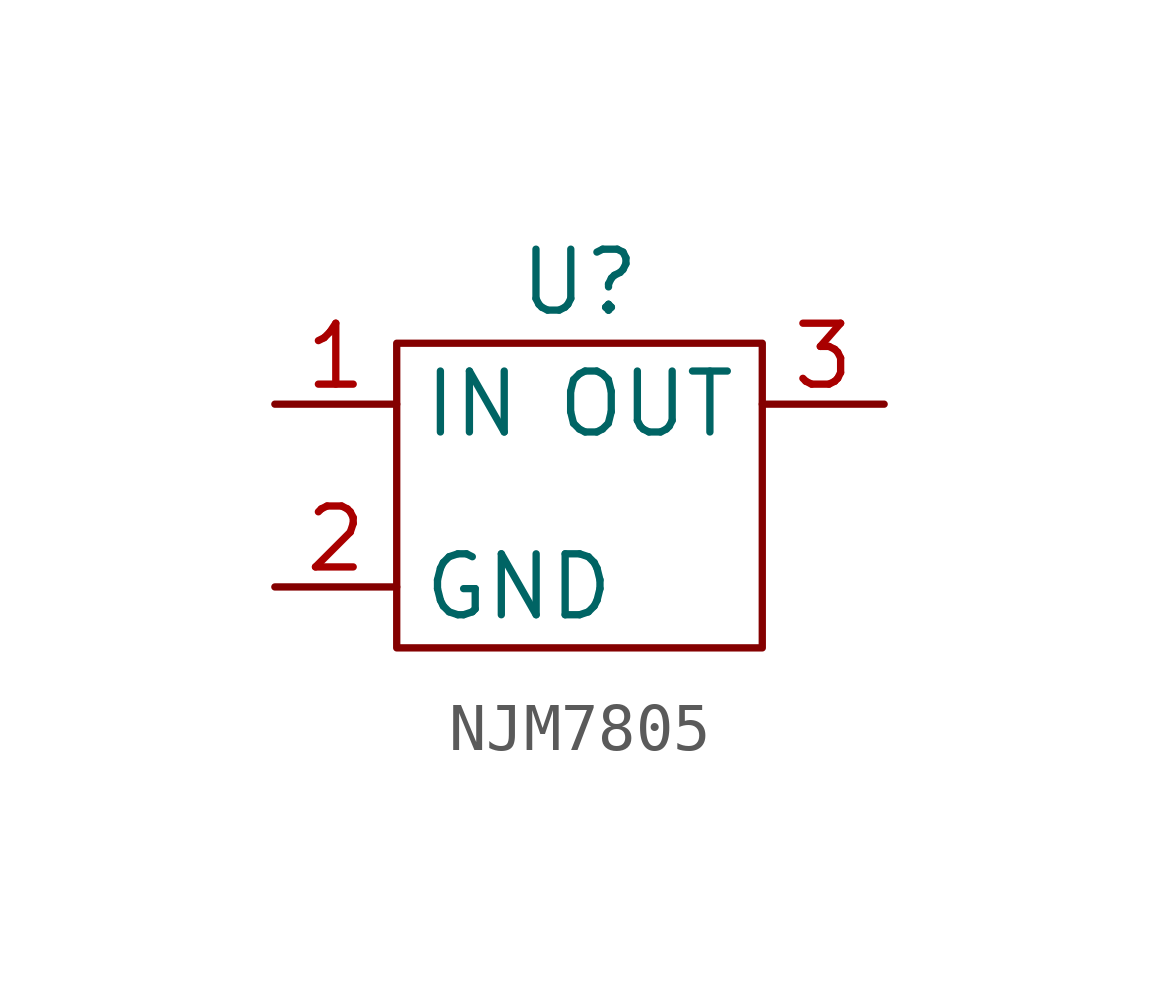
<source format=kicad_sym>
(kicad_symbol_lib
  (version 20220914)
  (generator kicad_symbol_editor)
  (symbol "NJM7805"
    (property "Reference" "U"
      (at 0 2.54 0)
      (effects (font (size 1.27 1.27))))
    (property "Value" ""
      (at 0 0 0)
      (effects (font (size 1.27 1.27))))
    (symbol "NJM7805_0_1"
      (rectangle (start -3.81 1.27) (end 3.81 -5.08) (stroke (width 0) (type default)) (fill (type none))))
    (symbol "NJM7805_1_1"
      (pin input line (at -6.35 0 0) (length 2.54) (name "IN" (effects (font (size 1.27 1.27)))) (number "1" (effects (font (size 1.27 1.27)))))
      (pin input line (at -6.35 -3.81 0) (length 2.54) (name "GND" (effects (font (size 1.27 1.27)))) (number "2" (effects (font (size 1.27 1.27)))))
      (pin output line (at 6.35 0 180) (length 2.54) (name "OUT" (effects (font (size 1.27 1.27)))) (number "3" (effects (font (size 1.27 1.27))))))))
</source>
